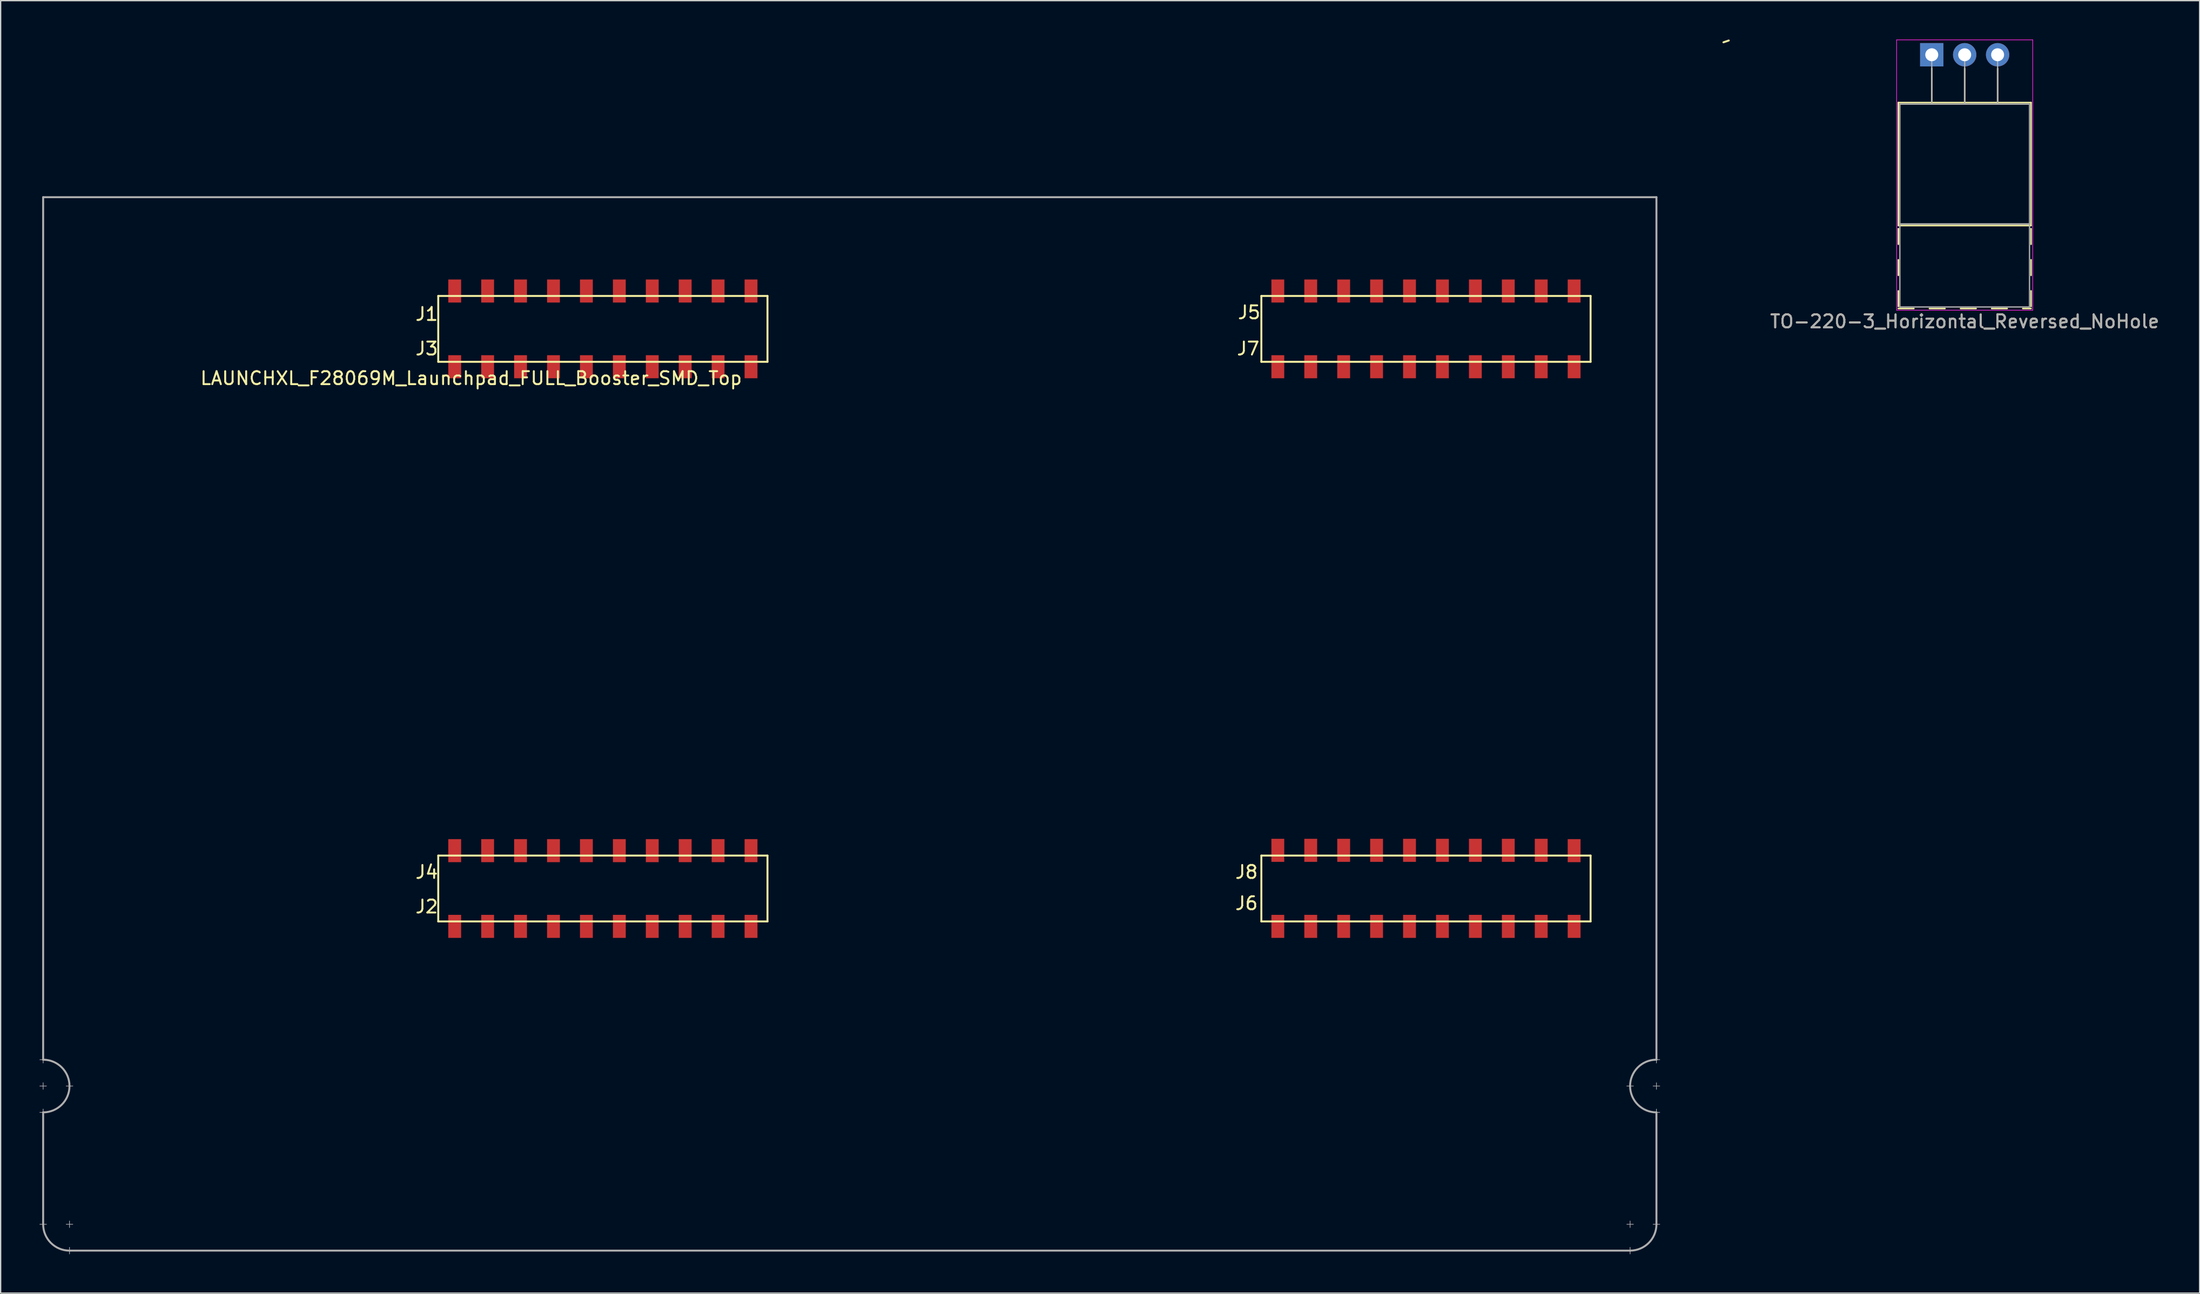
<source format=kicad_pcb>
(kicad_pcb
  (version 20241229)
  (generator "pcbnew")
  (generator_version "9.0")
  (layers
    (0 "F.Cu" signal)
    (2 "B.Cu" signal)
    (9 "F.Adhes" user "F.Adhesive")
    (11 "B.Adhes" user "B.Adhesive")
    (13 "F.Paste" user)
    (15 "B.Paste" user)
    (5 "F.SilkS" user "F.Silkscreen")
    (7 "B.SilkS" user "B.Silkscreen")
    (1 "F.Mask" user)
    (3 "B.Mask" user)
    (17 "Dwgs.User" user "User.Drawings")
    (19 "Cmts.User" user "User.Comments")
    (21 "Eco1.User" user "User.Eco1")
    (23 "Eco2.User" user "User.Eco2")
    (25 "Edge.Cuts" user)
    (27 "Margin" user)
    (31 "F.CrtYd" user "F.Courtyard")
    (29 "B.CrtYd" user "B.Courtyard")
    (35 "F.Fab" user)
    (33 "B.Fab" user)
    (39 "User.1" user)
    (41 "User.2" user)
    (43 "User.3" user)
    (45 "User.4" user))
  (footprint "TO-220-3_Horizontal_Reversed_NoHole"
    (layer "F.Cu")
    (at 145.979 1.175)
    (property "Reference" "TO-220-3_Horizontal_Reversed_NoHole" (at 2.54 20.58 0) (layer "F.SilkS") (effects (font (size 1 1) (thickness 0.15))))
    (attr through_hole)
    (fp_line (start -2.58 3.69) (end -2.58 13.18) (stroke (width 0.12) (type solid)) (layer "F.SilkS"))
    (fp_line (start -2.58 3.69) (end 7.66 3.69) (stroke (width 0.12) (type solid)) (layer "F.SilkS"))
    (fp_line (start -2.58 13.18) (end 7.66 13.18) (stroke (width 0.12) (type solid)) (layer "F.SilkS"))
    (fp_line (start -2.58 13.42) (end -2.58 14.62) (stroke (width 0.12) (type solid)) (layer "F.SilkS"))
    (fp_line (start -2.58 15.82) (end -2.58 17.02) (stroke (width 0.12) (type solid)) (layer "F.SilkS"))
    (fp_line (start -2.58 18.22) (end -2.58 19.42) (stroke (width 0.12) (type solid)) (layer "F.SilkS"))
    (fp_line (start -2.58 19.58) (end -1.38 19.58) (stroke (width 0.12) (type solid)) (layer "F.SilkS"))
    (fp_line (start -0.181 19.58) (end 1.02 19.58) (stroke (width 0.12) (type solid)) (layer "F.SilkS"))
    (fp_line (start 0 1.05) (end 0 3.69) (stroke (width 0.12) (type solid)) (layer "F.SilkS"))
    (fp_line (start 2.22 19.58) (end 3.42 19.58) (stroke (width 0.12) (type solid)) (layer "F.SilkS"))
    (fp_line (start 2.54 1.066) (end 2.54 3.69) (stroke (width 0.12) (type solid)) (layer "F.SilkS"))
    (fp_line (start 4.62 19.58) (end 5.82 19.58) (stroke (width 0.12) (type solid)) (layer "F.SilkS"))
    (fp_line (start 5.08 1.066) (end 5.08 3.69) (stroke (width 0.12) (type solid)) (layer "F.SilkS"))
    (fp_line (start 7.02 19.58) (end 7.66 19.58) (stroke (width 0.12) (type solid)) (layer "F.SilkS"))
    (fp_line (start 7.66 3.69) (end 7.66 13.18) (stroke (width 0.12) (type solid)) (layer "F.SilkS"))
    (fp_line (start 7.66 13.42) (end 7.66 14.62) (stroke (width 0.12) (type solid)) (layer "F.SilkS"))
    (fp_line (start 7.66 15.82) (end 7.66 17.02) (stroke (width 0.12) (type solid)) (layer "F.SilkS"))
    (fp_line (start 7.66 18.22) (end 7.66 19.42) (stroke (width 0.12) (type solid)) (layer "F.SilkS"))
    (fp_line (start -2.71 -1.15) (end -2.71 19.71) (stroke (width 0.05) (type solid)) (layer "F.CrtYd"))
    (fp_line (start -2.71 19.71) (end 7.79 19.71) (stroke (width 0.05) (type solid)) (layer "F.CrtYd"))
    (fp_line (start 7.79 -1.15) (end -2.71 -1.15) (stroke (width 0.05) (type solid)) (layer "F.CrtYd"))
    (fp_line (start 7.79 19.71) (end 7.79 -1.15) (stroke (width 0.05) (type solid)) (layer "F.CrtYd"))
    (fp_line (start -2.46 3.81) (end -2.46 13.06) (stroke (width 0.1) (type solid)) (layer "F.Fab"))
    (fp_line (start -2.46 13.06) (end -2.46 19.46) (stroke (width 0.1) (type solid)) (layer "F.Fab"))
    (fp_line (start -2.46 13.06) (end 7.54 13.06) (stroke (width 0.1) (type solid)) (layer "F.Fab"))
    (fp_line (start -2.46 19.46) (end 7.54 19.46) (stroke (width 0.1) (type solid)) (layer "F.Fab"))
    (fp_line (start 0 3.81) (end 0 0) (stroke (width 0.1) (type solid)) (layer "F.Fab"))
    (fp_line (start 2.54 3.81) (end 2.54 0) (stroke (width 0.1) (type solid)) (layer "F.Fab"))
    (fp_line (start 5.08 3.81) (end 5.08 0) (stroke (width 0.1) (type solid)) (layer "F.Fab"))
    (fp_line (start 7.54 3.81) (end -2.46 3.81) (stroke (width 0.1) (type solid)) (layer "F.Fab"))
    (fp_line (start 7.54 13.06) (end -2.46 13.06) (stroke (width 0.1) (type solid)) (layer "F.Fab"))
    (fp_line (start 7.54 13.06) (end 7.54 3.81) (stroke (width 0.1) (type solid)) (layer "F.Fab"))
    (fp_line (start 7.54 19.46) (end 7.54 13.06) (stroke (width 0.1) (type solid)) (layer "F.Fab"))
    (fp_text user "${REFERENCE}" (at 2.54 20.58 0) (layer "F.Fab") (effects (font (size 1 1) (thickness 0.15))))
    (pad "1" thru_hole rect (at 0 0) (size 1.8 1.8) (drill 1) (layers "*.Cu" "*.Mask"))
    (pad "2" thru_hole oval (at 2.54 0) (size 1.8 1.8) (drill 1) (layers "*.Cu" "*.Mask"))
    (pad "3" thru_hole oval (at 5.08 0) (size 1.8 1.8) (drill 1) (layers "*.Cu" "*.Mask")))
  (footprint "LAUNCHXL_F28069M_Launchpad_FULL_Booster_SMD_Top"
    (layer "F.Cu")
    (at 0.279 68.045)
    (property "Reference" "LAUNCHXL_F28069M_Launchpad_FULL_Booster_SMD_Top" (at 33.02 -41.91 0) (layer "F.SilkS") (effects (font (size 1 1) (thickness 0.15))))
    (attr through_hole)
    (fp_line (start 30.48 -48.26) (end 30.48 -43.18) (stroke (width 0.15) (type solid)) (layer "F.SilkS"))
    (fp_line (start 30.48 -43.18) (end 55.88 -43.18) (stroke (width 0.15) (type solid)) (layer "F.SilkS"))
    (fp_line (start 30.48 -5.08) (end 30.48 0) (stroke (width 0.15) (type solid)) (layer "F.SilkS"))
    (fp_line (start 30.48 0) (end 55.88 0) (stroke (width 0.15) (type solid)) (layer "F.SilkS"))
    (fp_line (start 55.88 -48.26) (end 30.48 -48.26) (stroke (width 0.15) (type solid)) (layer "F.SilkS"))
    (fp_line (start 55.88 -43.18) (end 55.88 -48.26) (stroke (width 0.15) (type solid)) (layer "F.SilkS"))
    (fp_line (start 55.88 -5.08) (end 30.48 -5.08) (stroke (width 0.15) (type solid)) (layer "F.SilkS"))
    (fp_line (start 55.88 0) (end 55.88 -5.08) (stroke (width 0.15) (type solid)) (layer "F.SilkS"))
    (fp_line (start 93.98 -48.26) (end 93.98 -43.18) (stroke (width 0.15) (type solid)) (layer "F.SilkS"))
    (fp_line (start 93.98 -43.18) (end 119.38 -43.18) (stroke (width 0.15) (type solid)) (layer "F.SilkS"))
    (fp_line (start 93.98 -5.08) (end 93.98 0) (stroke (width 0.15) (type solid)) (layer "F.SilkS"))
    (fp_line (start 93.98 0) (end 119.38 0) (stroke (width 0.15) (type solid)) (layer "F.SilkS"))
    (fp_line (start 119.38 -48.26) (end 93.98 -48.26) (stroke (width 0.15) (type solid)) (layer "F.SilkS"))
    (fp_line (start 119.38 -43.18) (end 119.38 -48.26) (stroke (width 0.15) (type solid)) (layer "F.SilkS"))
    (fp_line (start 119.38 -5.08) (end 93.98 -5.08) (stroke (width 0.15) (type solid)) (layer "F.SilkS"))
    (fp_line (start 119.38 0) (end 119.38 -5.08) (stroke (width 0.15) (type solid)) (layer "F.SilkS"))
    (fp_line (start 129.63 -67.83) (end 130.04 -67.97) (stroke (width 0.15) (type solid)) (layer "F.SilkS"))
    (fp_line (start -0.254 10.668) (end 0.254 10.668) (stroke (width 0.05) (type solid)) (layer "F.Fab"))
    (fp_line (start -0.254 12.7) (end 0.254 12.7) (stroke (width 0.05) (type solid)) (layer "F.Fab"))
    (fp_line (start -0.254 14.732) (end 0.254 14.732) (stroke (width 0.05) (type solid)) (layer "F.Fab"))
    (fp_line (start 0 -55.88) (end 0 10.668) (stroke (width 0.15) (type solid)) (layer "F.Fab"))
    (fp_line (start 0 10.414) (end 0 10.922) (stroke (width 0.05) (type solid)) (layer "F.Fab"))
    (fp_line (start 0 12.446) (end 0 12.954) (stroke (width 0.05) (type solid)) (layer "F.Fab"))
    (fp_line (start 0 14.478) (end 0 14.986) (stroke (width 0.05) (type solid)) (layer "F.Fab"))
    (fp_line (start 0 14.732) (end 0 23.368) (stroke (width 0.15) (type solid)) (layer "F.Fab"))
    (fp_line (start 0 23.114) (end 0 23.622) (stroke (width 0.05) (type solid)) (layer "F.Fab"))
    (fp_line (start 0.254 23.368) (end -0.254 23.368) (stroke (width 0.05) (type solid)) (layer "F.Fab"))
    (fp_line (start 1.778 12.7) (end 2.286 12.7) (stroke (width 0.05) (type solid)) (layer "F.Fab"))
    (fp_line (start 2.032 23.114) (end 2.032 23.622) (stroke (width 0.05) (type solid)) (layer "F.Fab"))
    (fp_line (start 2.032 25.146) (end 2.032 25.654) (stroke (width 0.05) (type solid)) (layer "F.Fab"))
    (fp_line (start 2.032 25.4) (end 122.428 25.4) (stroke (width 0.15) (type solid)) (layer "F.Fab"))
    (fp_line (start 2.286 23.368) (end 1.778 23.368) (stroke (width 0.05) (type solid)) (layer "F.Fab"))
    (fp_line (start 122.174 23.368) (end 122.682 23.368) (stroke (width 0.05) (type solid)) (layer "F.Fab"))
    (fp_line (start 122.174 25.4) (end 122.682 25.4) (stroke (width 0.05) (type solid)) (layer "F.Fab"))
    (fp_line (start 122.428 23.114) (end 122.428 23.622) (stroke (width 0.05) (type solid)) (layer "F.Fab"))
    (fp_line (start 122.428 25.146) (end 122.428 25.654) (stroke (width 0.05) (type solid)) (layer "F.Fab"))
    (fp_line (start 122.682 12.7) (end 122.174 12.7) (stroke (width 0.05) (type solid)) (layer "F.Fab"))
    (fp_line (start 124.206 23.368) (end 124.714 23.368) (stroke (width 0.05) (type solid)) (layer "F.Fab"))
    (fp_line (start 124.46 -55.88) (end 0 -55.88) (stroke (width 0.15) (type solid)) (layer "F.Fab"))
    (fp_line (start 124.46 10.668) (end 124.46 -55.88) (stroke (width 0.15) (type solid)) (layer "F.Fab"))
    (fp_line (start 124.46 10.922) (end 124.46 10.414) (stroke (width 0.05) (type solid)) (layer "F.Fab"))
    (fp_line (start 124.46 12.954) (end 124.46 12.446) (stroke (width 0.05) (type solid)) (layer "F.Fab"))
    (fp_line (start 124.46 14.732) (end 124.46 23.368) (stroke (width 0.15) (type solid)) (layer "F.Fab"))
    (fp_line (start 124.46 14.986) (end 124.46 14.478) (stroke (width 0.05) (type solid)) (layer "F.Fab"))
    (fp_line (start 124.714 10.668) (end 124.206 10.668) (stroke (width 0.05) (type solid)) (layer "F.Fab"))
    (fp_line (start 124.714 12.7) (end 124.206 12.7) (stroke (width 0.05) (type solid)) (layer "F.Fab"))
    (fp_line (start 124.714 14.732) (end 124.206 14.732) (stroke (width 0.05) (type solid)) (layer "F.Fab"))
    (fp_arc (start 0 10.668) (mid 1.436841 11.263159) (end 2.032 12.7) (stroke (width 0.15) (type solid)) (layer "F.Fab"))
    (fp_arc (start 2.032 12.7) (mid 1.436841 14.136841) (end 0 14.732) (stroke (width 0.15) (type solid)) (layer "F.Fab"))
    (fp_arc (start 2.032 25.4) (mid 0.595159 24.804841) (end 0 23.368) (stroke (width 0.15) (type solid)) (layer "F.Fab"))
    (fp_arc (start 122.428 12.7) (mid 123.023159 11.263159) (end 124.46 10.668) (stroke (width 0.15) (type solid)) (layer "F.Fab"))
    (fp_arc (start 124.46 14.732) (mid 123.023159 14.136841) (end 122.428 12.7) (stroke (width 0.15) (type solid)) (layer "F.Fab"))
    (fp_arc (start 124.46 23.368) (mid 123.864841 24.804841) (end 122.428 25.4) (stroke (width 0.15) (type solid)) (layer "F.Fab"))
    (fp_text user "J1" (at 29.591 -46.863 0) (layer "F.SilkS") (effects (font (size 1 1) (thickness 0.15))))
    (fp_text user "J6" (at 92.837 -1.397 0) (layer "F.SilkS") (effects (font (size 1 1) (thickness 0.15))))
    (fp_text user "J4" (at 29.591 -3.81 0) (layer "F.SilkS") (effects (font (size 1 1) (thickness 0.15))))
    (fp_text user "J2" (at 29.591 -1.143 0) (layer "F.SilkS") (effects (font (size 1 1) (thickness 0.15))))
    (fp_text user "J5" (at 93.04 -46.99 0) (layer "F.SilkS") (effects (font (size 1 1) (thickness 0.15))))
    (fp_text user "J7" (at 92.964 -44.196 0) (layer "F.SilkS") (effects (font (size 1 1) (thickness 0.15))))
    (fp_text user "J3" (at 29.591 -44.196 0) (layer "F.SilkS") (effects (font (size 1 1) (thickness 0.15))))
    (fp_text user "J8" (at 92.837 -3.81 0) (layer "F.SilkS") (effects (font (size 1 1) (thickness 0.15))))
    (pad "+3V3" smd rect (at 54.61 -48.641) (size 0.991 1.778) (layers "F.Cu" "F.Mask" "F.Paste"))
    (pad "+3V3" smd rect (at 118.11 -48.641) (size 0.991 1.778) (layers "F.Cu" "F.Mask" "F.Paste"))
    (pad "+5V" smd rect (at 54.61 -42.799) (size 0.991 1.778) (layers "F.Cu" "F.Mask" "F.Paste"))
    (pad "+5V" smd rect (at 118.11 -42.799) (size 0.991 1.778) (layers "F.Cu" "F.Mask" "F.Paste"))
    (pad "A_A0" smd rect (at 39.37 -42.799) (size 0.991 1.778) (layers "F.Cu" "F.Mask" "F.Paste"))
    (pad "A_A1" smd rect (at 34.29 -42.799) (size 0.991 1.778) (layers "F.Cu" "F.Mask" "F.Paste"))
    (pad "A_A2" smd rect (at 44.45 -42.799) (size 0.991 1.778) (layers "F.Cu" "F.Mask" "F.Paste"))
    (pad "A_A3" smd rect (at 102.87 -42.799) (size 0.991 1.778) (layers "F.Cu" "F.Mask" "F.Paste"))
    (pad "A_A4" smd rect (at 97.79 -42.799) (size 0.991 1.778) (layers "F.Cu" "F.Mask" "F.Paste"))
    (pad "A_A5" smd rect (at 107.95 -42.799) (size 0.991 1.778) (layers "F.Cu" "F.Mask" "F.Paste"))
    (pad "A_A6" smd rect (at 52.07 -48.641) (size 0.991 1.778) (layers "F.Cu" "F.Mask" "F.Paste"))
    (pad "A_A7" smd rect (at 49.53 -42.799) (size 0.991 1.778) (layers "F.Cu" "F.Mask" "F.Paste"))
    (pad "A_B0" smd rect (at 36.83 -42.799) (size 0.991 1.778) (layers "F.Cu" "F.Mask" "F.Paste"))
    (pad "A_B1" smd rect (at 46.99 -42.799) (size 0.991 1.778) (layers "F.Cu" "F.Mask" "F.Paste"))
    (pad "A_B2" smd rect (at 41.91 -42.799) (size 0.991 1.778) (layers "F.Cu" "F.Mask" "F.Paste"))
    (pad "A_B3" smd rect (at 100.33 -42.799) (size 0.991 1.778) (layers "F.Cu" "F.Mask" "F.Paste"))
    (pad "A_B4" smd rect (at 110.49 -42.799) (size 0.991 1.778) (layers "F.Cu" "F.Mask" "F.Paste"))
    (pad "A_B5" smd rect (at 105.41 -42.799) (size 0.991 1.778) (layers "F.Cu" "F.Mask" "F.Paste"))
    (pad "A_B6" smd rect (at 41.91 -48.641) (size 0.991 1.778) (layers "F.Cu" "F.Mask" "F.Paste"))
    (pad "A_B7" smd rect (at 113.03 -42.799) (size 0.991 1.778) (layers "F.Cu" "F.Mask" "F.Paste"))
    (pad "DAC1" smd rect (at 34.29 -5.461) (size 0.991 1.778) (layers "F.Cu" "F.Mask" "F.Paste"))
    (pad "DAC2" smd rect (at 31.75 -5.461) (size 0.991 1.778) (layers "F.Cu" "F.Mask" "F.Paste"))
    (pad "DAC3" smd rect (at 97.79 -5.486) (size 0.991 1.778) (layers "F.Cu" "F.Mask" "F.Paste"))
    (pad "DAC4" smd rect (at 95.25 -5.486) (size 0.991 1.778) (layers "F.Cu" "F.Mask" "F.Paste"))
    (pad "GND" smd rect (at 52.07 -42.799) (size 0.991 1.778) (layers "F.Cu" "F.Mask" "F.Paste"))
    (pad "GND" smd rect (at 54.61 0.381) (size 0.991 1.778) (layers "F.Cu" "F.Mask" "F.Paste"))
    (pad "GND" smd rect (at 115.57 -42.799) (size 0.991 1.778) (layers "F.Cu" "F.Mask" "F.Paste"))
    (pad "GND" smd rect (at 118.11 0.381) (size 0.991 1.778) (layers "F.Cu" "F.Mask" "F.Paste"))
    (pad "NC" smd rect (at 31.75 -42.799) (size 0.991 1.778) (layers "F.Cu" "F.Mask" "F.Paste"))
    (pad "NC" smd rect (at 36.83 -5.461) (size 0.991 1.778) (layers "F.Cu" "F.Mask" "F.Paste"))
    (pad "NC" smd rect (at 46.99 0.381) (size 0.991 1.778) (layers "F.Cu" "F.Mask" "F.Paste"))
    (pad "NC" smd rect (at 95.25 -42.799) (size 0.991 1.778) (layers "F.Cu" "F.Mask" "F.Paste"))
    (pad "NC" smd rect (at 100.33 -5.486) (size 0.991 1.778) (layers "F.Cu" "F.Mask" "F.Paste"))
    (pad "NC" smd rect (at 102.87 -5.486) (size 0.991 1.778) (layers "F.Cu" "F.Mask" "F.Paste"))
    (pad "NC" smd rect (at 105.41 -48.641) (size 0.991 1.778) (layers "F.Cu" "F.Mask" "F.Paste"))
    (pad "NC" smd rect (at 110.49 0.381) (size 0.991 1.778) (layers "F.Cu" "F.Mask" "F.Paste"))
    (pad "NC" smd rect (at 115.57 -48.641) (size 0.991 1.778) (layers "F.Cu" "F.Mask" "F.Paste"))
    (pad "P_0" smd rect (at 54.61 -5.461) (size 0.991 1.778) (layers "F.Cu" "F.Mask" "F.Paste"))
    (pad "P_1" smd rect (at 52.07 -5.461) (size 0.991 1.778) (layers "F.Cu" "F.Mask" "F.Paste"))
    (pad "P_2" smd rect (at 49.53 -5.461) (size 0.991 1.778) (layers "F.Cu" "F.Mask" "F.Paste"))
    (pad "P_3" smd rect (at 46.99 -5.461) (size 0.991 1.778) (layers "F.Cu" "F.Mask" "F.Paste"))
    (pad "P_4" smd rect (at 44.45 -5.461) (size 0.991 1.778) (layers "F.Cu" "F.Mask" "F.Paste"))
    (pad "P_5" smd rect (at 41.91 -5.461) (size 0.991 1.778) (layers "F.Cu" "F.Mask" "F.Paste"))
    (pad "P_6" smd rect (at 118.11 -5.461) (size 0.991 1.778) (layers "F.Cu" "F.Mask" "F.Paste"))
    (pad "P_7" smd rect (at 115.57 -5.486) (size 0.991 1.778) (layers "F.Cu" "F.Mask" "F.Paste"))
    (pad "P_8" smd rect (at 113.03 -5.486) (size 0.991 1.778) (layers "F.Cu" "F.Mask" "F.Paste"))
    (pad "P_9" smd rect (at 110.49 -5.486) (size 0.991 1.778) (layers "F.Cu" "F.Mask" "F.Paste"))
    (pad "P_10" smd rect (at 107.95 -5.486) (size 0.991 1.778) (layers "F.Cu" "F.Mask" "F.Paste"))
    (pad "P_11" smd rect (at 105.41 -5.486) (size 0.991 1.778) (layers "F.Cu" "F.Mask" "F.Paste"))
    (pad "P_12" smd rect (at 44.45 -48.641) (size 0.991 1.778) (layers "F.Cu" "F.Mask" "F.Paste"))
    (pad "P_13" smd rect (at 39.37 -5.461) (size 0.991 1.778) (layers "F.Cu" "F.Mask" "F.Paste"))
    (pad "P_14" smd rect (at 102.87 -48.641) (size 0.991 1.778) (layers "F.Cu" "F.Mask" "F.Paste"))
    (pad "P_15" smd rect (at 113.03 -48.641) (size 0.991 1.778) (layers "F.Cu" "F.Mask" "F.Paste"))
    (pad "P_16" smd rect (at 41.91 0.381) (size 0.991 1.778) (layers "F.Cu" "F.Mask" "F.Paste"))
    (pad "P_17" smd rect (at 39.37 0.381) (size 0.991 1.778) (layers "F.Cu" "F.Mask" "F.Paste"))
    (pad "P_18" smd rect (at 39.37 -48.641) (size 0.991 1.778) (layers "F.Cu" "F.Mask" "F.Paste"))
    (pad "P_19" smd rect (at 52.07 0.381) (size 0.991 1.778) (layers "F.Cu" "F.Mask" "F.Paste"))
    (pad "P_20" smd rect (at 107.95 -48.641) (size 0.991 1.778) (layers "F.Cu" "F.Mask" "F.Paste"))
    (pad "P_21" smd rect (at 100.33 -48.641) (size 0.991 1.778) (layers "F.Cu" "F.Mask" "F.Paste"))
    (pad "P_22" smd rect (at 36.83 -48.641) (size 0.991 1.778) (layers "F.Cu" "F.Mask" "F.Paste"))
    (pad "P_23" smd rect (at 97.79 -48.641) (size 0.991 1.778) (layers "F.Cu" "F.Mask" "F.Paste"))
    (pad "P_24" smd rect (at 105.41 0.381) (size 0.991 1.778) (layers "F.Cu" "F.Mask" "F.Paste"))
    (pad "P_25" smd rect (at 102.87 0.381) (size 0.991 1.778) (layers "F.Cu" "F.Mask" "F.Paste"))
    (pad "P_26" smd rect (at 113.03 0.381) (size 0.991 1.778) (layers "F.Cu" "F.Mask" "F.Paste"))
    (pad "P_27" smd rect (at 115.57 0.381) (size 0.991 1.778) (layers "F.Cu" "F.Mask" "F.Paste"))
    (pad "P_28" smd rect (at 49.53 -48.641) (size 0.991 1.778) (layers "F.Cu" "F.Mask" "F.Paste"))
    (pad "P_29" smd rect (at 46.99 -48.641) (size 0.991 1.778) (layers "F.Cu" "F.Mask" "F.Paste"))
    (pad "P_32" smd rect (at 31.75 -48.641) (size 0.991 1.778) (layers "F.Cu" "F.Mask" "F.Paste"))
    (pad "P_33" smd rect (at 34.29 -48.641) (size 0.991 1.778) (layers "F.Cu" "F.Mask" "F.Paste"))
    (pad "P_44" smd rect (at 49.53 0.381) (size 0.991 1.778) (layers "F.Cu" "F.Mask" "F.Paste"))
    (pad "P_50" smd rect (at 36.83 0.381) (size 0.991 1.778) (layers "F.Cu" "F.Mask" "F.Paste"))
    (pad "P_51" smd rect (at 34.29 0.381) (size 0.991 1.778) (layers "F.Cu" "F.Mask" "F.Paste"))
    (pad "P_52" smd rect (at 100.33 0.381) (size 0.991 1.778) (layers "F.Cu" "F.Mask" "F.Paste"))
    (pad "P_53" smd rect (at 97.79 0.381) (size 0.991 1.778) (layers "F.Cu" "F.Mask" "F.Paste"))
    (pad "P_54" smd rect (at 95.25 -48.641) (size 0.991 1.778) (layers "F.Cu" "F.Mask" "F.Paste"))
    (pad "P_55" smd rect (at 31.75 0.381) (size 0.991 1.778) (layers "F.Cu" "F.Mask" "F.Paste"))
    (pad "P_56" smd rect (at 95.25 0.381) (size 0.991 1.778) (layers "F.Cu" "F.Mask" "F.Paste"))
    (pad "P_58" smd rect (at 110.49 -48.641) (size 0.991 1.778) (layers "F.Cu" "F.Mask" "F.Paste"))
    (pad "Rese" smd rect (at 44.45 0.381) (size 0.991 1.778) (layers "F.Cu" "F.Mask" "F.Paste"))
    (pad "Rese" smd rect (at 107.95 0.381) (size 0.991 1.778) (layers "F.Cu" "F.Mask" "F.Paste")))
  (gr_rect
    (start -3 -3)
    (end 166.644 96.724)
    (stroke (width 0.1) (type default))
    (fill no)
    (layer "Edge.Cuts")))
</source>
